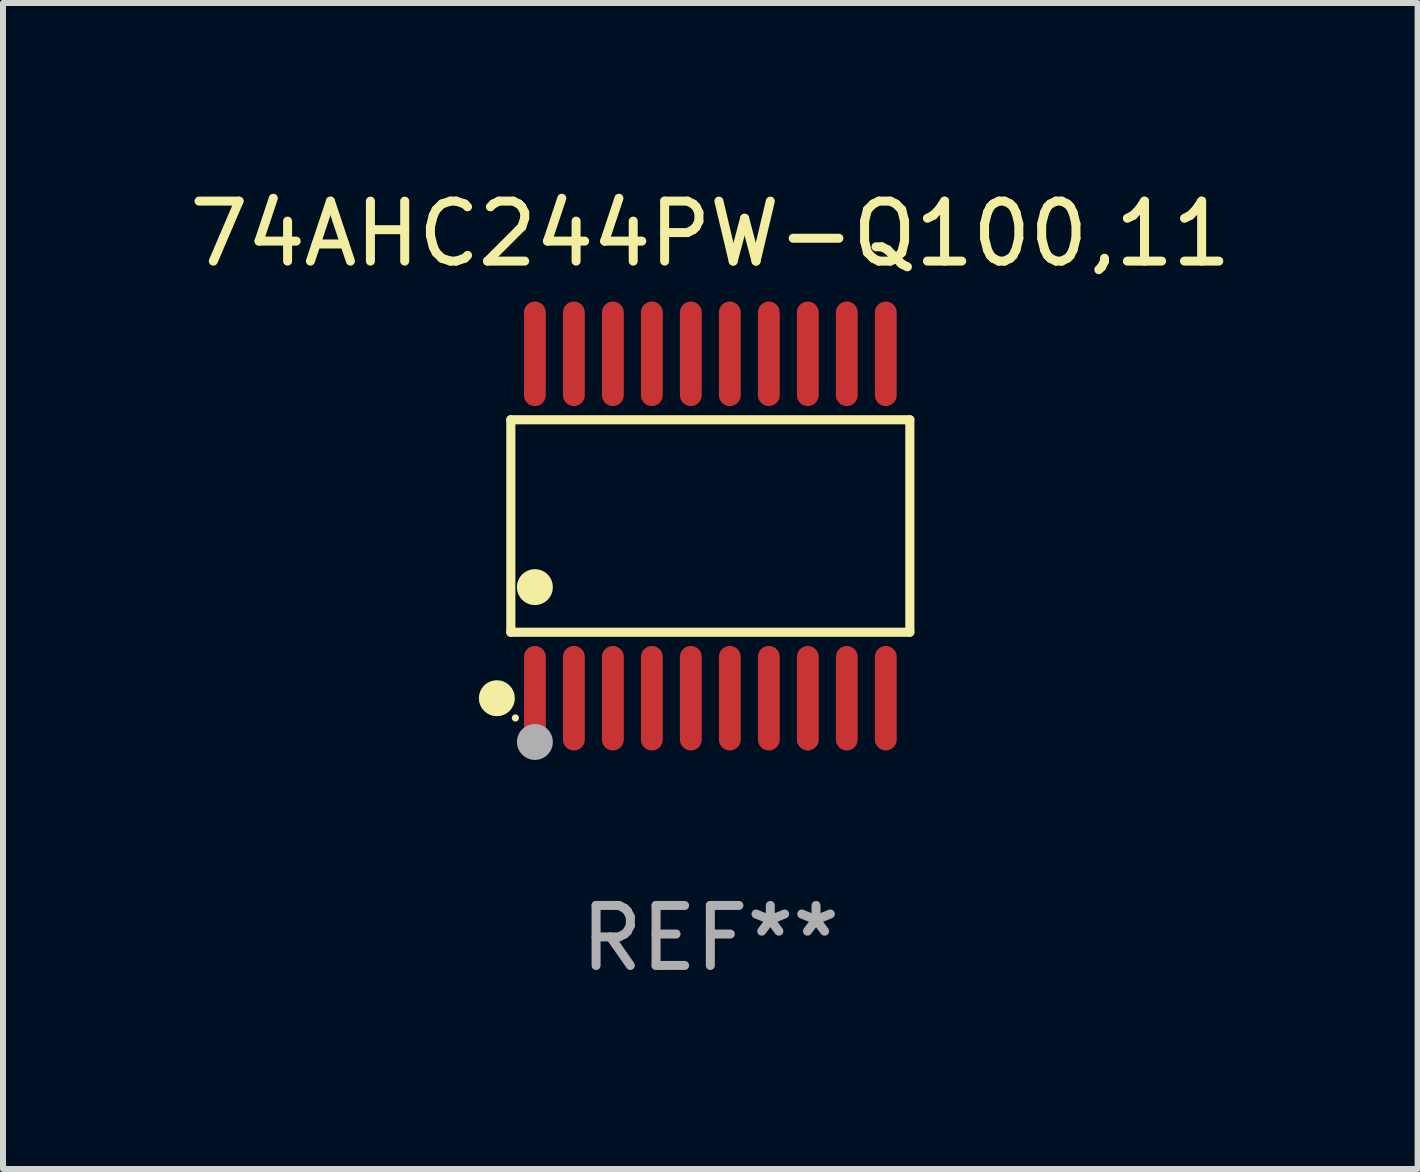
<source format=kicad_pcb>
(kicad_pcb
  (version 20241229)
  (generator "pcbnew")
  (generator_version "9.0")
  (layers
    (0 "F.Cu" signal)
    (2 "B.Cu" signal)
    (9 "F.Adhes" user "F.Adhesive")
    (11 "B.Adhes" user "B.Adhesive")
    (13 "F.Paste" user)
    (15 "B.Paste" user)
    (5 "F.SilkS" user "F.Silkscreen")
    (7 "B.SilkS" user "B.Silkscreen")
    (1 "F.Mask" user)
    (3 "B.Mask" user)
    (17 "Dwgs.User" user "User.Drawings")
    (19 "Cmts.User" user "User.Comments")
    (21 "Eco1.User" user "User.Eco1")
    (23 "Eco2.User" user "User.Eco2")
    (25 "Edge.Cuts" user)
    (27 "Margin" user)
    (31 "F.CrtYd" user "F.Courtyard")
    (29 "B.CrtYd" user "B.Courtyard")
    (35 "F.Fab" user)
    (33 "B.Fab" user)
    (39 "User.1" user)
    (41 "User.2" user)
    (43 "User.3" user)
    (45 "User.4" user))
  (footprint "74AHC244PW-Q100,11"
    (layer "F.Cu")
    (at 8.792 5.719)
    (property "Reference" "74AHC244PW-Q100,11" (at 0 -4.871 0) (layer "F.SilkS") (effects (font (size 1 1) (thickness 0.15))))
    (attr through_hole)
    (fp_line (start -3.326 -1.771) (end 3.326 -1.771) (stroke (width 0.152) (type solid)) (layer "F.SilkS"))
    (fp_line (start -3.326 1.771) (end -3.326 -1.771) (stroke (width 0.152) (type solid)) (layer "F.SilkS"))
    (fp_line (start 3.326 -1.771) (end 3.326 1.771) (stroke (width 0.152) (type solid)) (layer "F.SilkS"))
    (fp_line (start 3.326 1.771) (end -3.326 1.771) (stroke (width 0.152) (type solid)) (layer "F.SilkS"))
    (fp_circle (center -3.559 2.871) (end -3.409 2.871) (stroke (width 0.3) (type solid)) (fill no) (layer "F.SilkS"))
    (fp_circle (center -3.25 3.2) (end -3.22 3.2) (stroke (width 0.06) (type solid)) (fill no) (layer "F.SilkS"))
    (fp_circle (center -2.925 1.019) (end -2.775 1.019) (stroke (width 0.3) (type solid)) (fill no) (layer "F.SilkS"))
    (fp_circle (center -2.925 3.6) (end -2.775 3.6) (stroke (width 0.3) (type solid)) (fill no) (layer "F.Fab"))
    (fp_text user "REF**" (at 0 6.871 0) (layer "F.Fab") (effects (font (size 1 1) (thickness 0.15))))
    (pad "1" smd oval (at -2.925 2.871) (size 0.364 1.742) (layers "F.Cu" "F.Mask" "F.Paste"))
    (pad "2" smd oval (at -2.275 2.871) (size 0.364 1.742) (layers "F.Cu" "F.Mask" "F.Paste"))
    (pad "3" smd oval (at -1.625 2.871) (size 0.364 1.742) (layers "F.Cu" "F.Mask" "F.Paste"))
    (pad "4" smd oval (at -0.975 2.871) (size 0.364 1.742) (layers "F.Cu" "F.Mask" "F.Paste"))
    (pad "5" smd oval (at -0.325 2.871) (size 0.364 1.742) (layers "F.Cu" "F.Mask" "F.Paste"))
    (pad "6" smd oval (at 0.325 2.871) (size 0.364 1.742) (layers "F.Cu" "F.Mask" "F.Paste"))
    (pad "7" smd oval (at 0.975 2.871) (size 0.364 1.742) (layers "F.Cu" "F.Mask" "F.Paste"))
    (pad "8" smd oval (at 1.625 2.871) (size 0.364 1.742) (layers "F.Cu" "F.Mask" "F.Paste"))
    (pad "9" smd oval (at 2.275 2.871) (size 0.364 1.742) (layers "F.Cu" "F.Mask" "F.Paste"))
    (pad "10" smd oval (at 2.925 2.871) (size 0.364 1.742) (layers "F.Cu" "F.Mask" "F.Paste"))
    (pad "11" smd oval (at 2.925 -2.871) (size 0.364 1.742) (layers "F.Cu" "F.Mask" "F.Paste"))
    (pad "12" smd oval (at 2.275 -2.871) (size 0.364 1.742) (layers "F.Cu" "F.Mask" "F.Paste"))
    (pad "13" smd oval (at 1.625 -2.871) (size 0.364 1.742) (layers "F.Cu" "F.Mask" "F.Paste"))
    (pad "14" smd oval (at 0.975 -2.871) (size 0.364 1.742) (layers "F.Cu" "F.Mask" "F.Paste"))
    (pad "15" smd oval (at 0.325 -2.871) (size 0.364 1.742) (layers "F.Cu" "F.Mask" "F.Paste"))
    (pad "16" smd oval (at -0.325 -2.871) (size 0.364 1.742) (layers "F.Cu" "F.Mask" "F.Paste"))
    (pad "17" smd oval (at -0.975 -2.871) (size 0.364 1.742) (layers "F.Cu" "F.Mask" "F.Paste"))
    (pad "18" smd oval (at -1.625 -2.871) (size 0.364 1.742) (layers "F.Cu" "F.Mask" "F.Paste"))
    (pad "19" smd oval (at -2.275 -2.871) (size 0.364 1.742) (layers "F.Cu" "F.Mask" "F.Paste"))
    (pad "20" smd oval (at -2.925 -2.871) (size 0.364 1.742) (layers "F.Cu" "F.Mask" "F.Paste")))
  (gr_rect
    (start -3 -3)
    (end 20.583 16.438)
    (stroke (width 0.1) (type default))
    (fill no)
    (layer "Edge.Cuts")))
</source>
